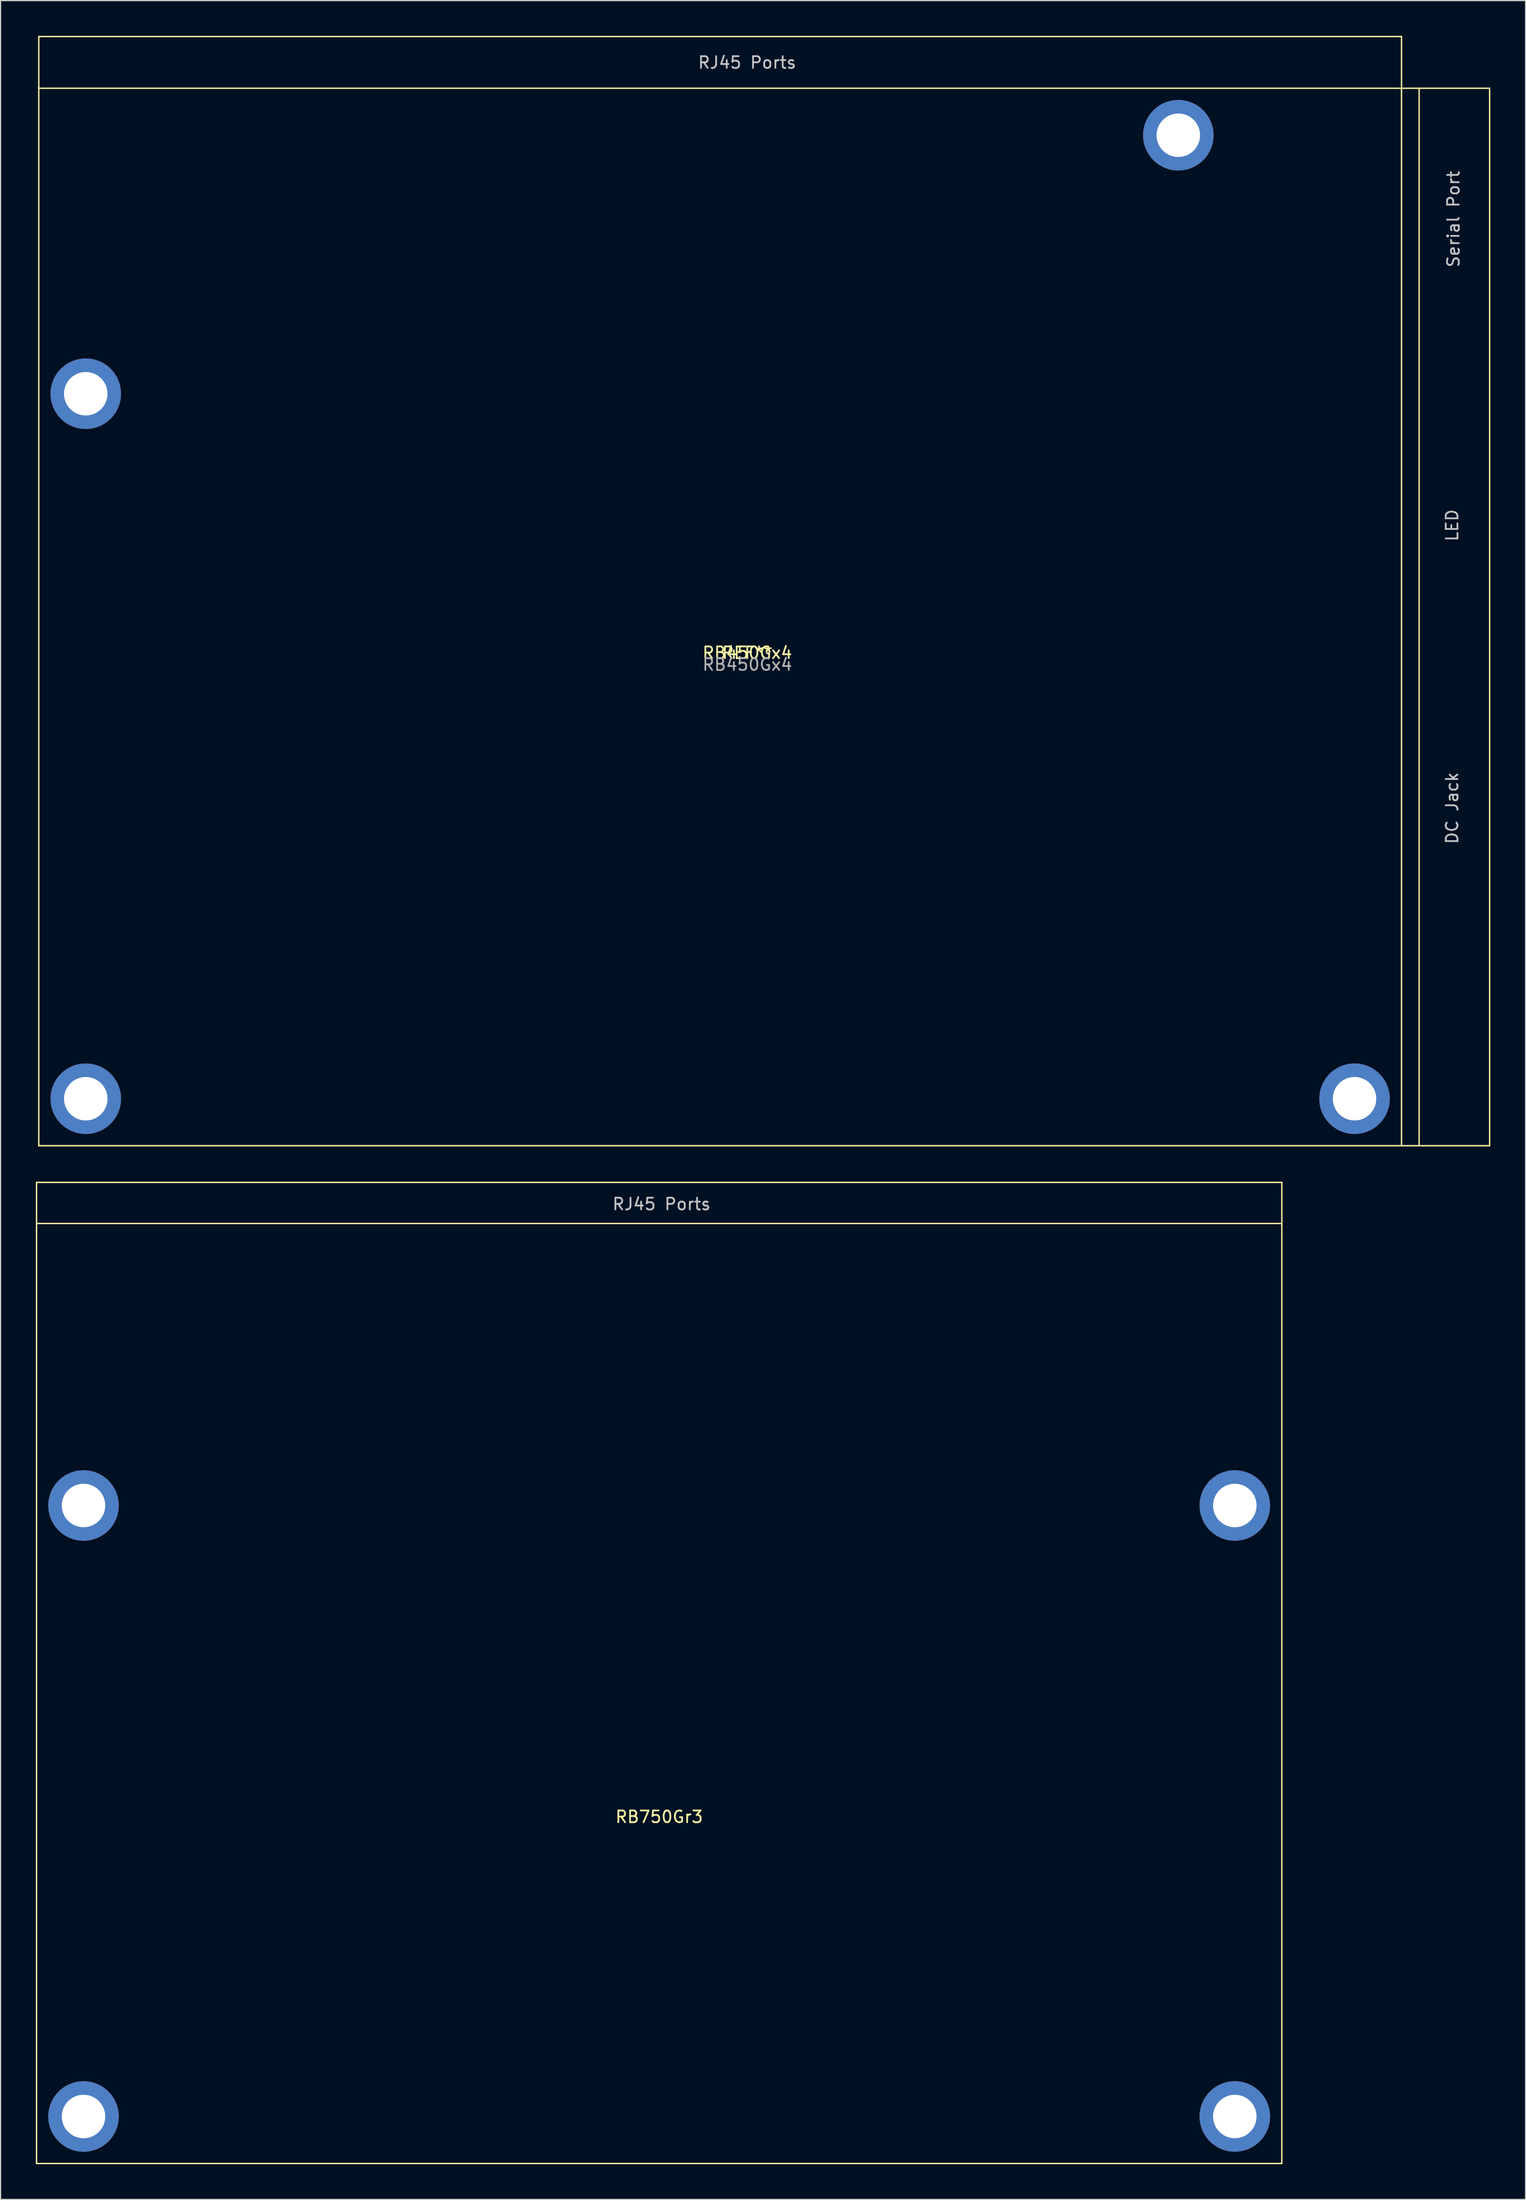
<source format=kicad_pcb>
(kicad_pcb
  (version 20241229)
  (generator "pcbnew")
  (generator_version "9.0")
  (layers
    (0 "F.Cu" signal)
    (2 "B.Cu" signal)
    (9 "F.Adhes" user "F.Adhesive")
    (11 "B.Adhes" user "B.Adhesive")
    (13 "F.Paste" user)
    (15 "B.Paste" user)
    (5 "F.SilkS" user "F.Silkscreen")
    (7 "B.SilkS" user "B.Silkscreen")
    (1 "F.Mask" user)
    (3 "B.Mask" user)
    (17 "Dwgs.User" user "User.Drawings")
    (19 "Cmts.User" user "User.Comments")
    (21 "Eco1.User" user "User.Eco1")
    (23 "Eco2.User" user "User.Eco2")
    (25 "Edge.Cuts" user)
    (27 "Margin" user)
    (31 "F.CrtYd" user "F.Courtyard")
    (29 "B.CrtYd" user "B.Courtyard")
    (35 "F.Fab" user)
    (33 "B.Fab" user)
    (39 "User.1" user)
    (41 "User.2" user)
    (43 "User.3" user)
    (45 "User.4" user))
  (footprint "RB450Gx4"
    (layer "F.Cu")
    (at 0.25 4.46)
    (property "Reference" "RB450Gx4" (at 60.312 48.052 180) (layer "F.SilkS") (effects (font (size 1 1) (thickness 0.15))))
    (attr through_hole)
    (fp_line (start 0 -4.4) (end 116 -4.4) (stroke (width 0.12) (type solid)) (layer "F.SilkS"))
    (fp_line (start 0 0) (end 0 -4.4) (stroke (width 0.12) (type solid)) (layer "F.SilkS"))
    (fp_line (start 0 0) (end 0 90) (stroke (width 0.12) (type solid)) (layer "F.SilkS"))
    (fp_line (start 0 90) (end 116 90) (stroke (width 0.12) (type solid)) (layer "F.SilkS"))
    (fp_line (start 116 -4.4) (end 116 0) (stroke (width 0.12) (type solid)) (layer "F.SilkS"))
    (fp_line (start 116 0) (end 0 0) (stroke (width 0.12) (type solid)) (layer "F.SilkS"))
    (fp_line (start 116 90) (end 116 0) (stroke (width 0.12) (type solid)) (layer "F.SilkS"))
    (fp_line (start 116 90) (end 123.5 90) (stroke (width 0.12) (type solid)) (layer "F.SilkS"))
    (fp_line (start 117.5 90) (end 117.5 0) (stroke (width 0.12) (type solid)) (layer "F.SilkS"))
    (fp_line (start 123.5 0) (end 116 0) (stroke (width 0.12) (type solid)) (layer "F.SilkS"))
    (fp_line (start 123.5 90) (end 123.5 0) (stroke (width 0.12) (type solid)) (layer "F.SilkS"))
    (fp_text user "REF**" (at 60.312 48.052 180) (layer "F.SilkS") (effects (font (size 1 1) (thickness 0.15))))
    (fp_text user "RJ45 Ports" (at 60.299 -2.184 180) (layer "Dwgs.User") (effects (font (size 1 1) (thickness 0.15))))
    (fp_text user "Serial Port" (at 120.421 11.138 270) (layer "Dwgs.User") (effects (font (size 1 1) (thickness 0.15))))
    (fp_text user "DC Jack" (at 120.306 61.265 270) (layer "Dwgs.User") (effects (font (size 1 1) (thickness 0.15))))
    (fp_text user "LED" (at 120.306 37.198 270) (layer "Dwgs.User") (effects (font (size 1 1) (thickness 0.15))))
    (fp_text user "RB450Gx4" (at 60.312 49.052 180) (layer "F.Fab") (effects (font (size 1 1) (thickness 0.15))))
    (pad "1" thru_hole circle (at 4 26 180) (size 6 6) (drill 3.7) (layers "*.Cu" "*.Mask"))
    (pad "2" thru_hole circle (at 97 4 180) (size 6 6) (drill 3.7) (layers "*.Cu" "*.Mask"))
    (pad "3" thru_hole circle (at 4 86 180) (size 6 6) (drill 3.7) (layers "*.Cu" "*.Mask"))
    (pad "4" thru_hole circle (at 112 86 180) (size 6 6) (drill 3.7) (layers "*.Cu" "*.Mask")))
  (footprint "RB750Gr3"
    (layer "F.Cu")
    (at 53.06 151.08)
    (property "Reference" "RB750Gr3" (at 0 0.5 0) (layer "F.SilkS") (effects (font (size 1 1) (thickness 0.15))))
    (attr through_hole)
    (fp_line (start -53 -53.5) (end -53 -50) (stroke (width 0.12) (type solid)) (layer "F.SilkS"))
    (fp_line (start -53 -53.5) (end 53 -53.5) (stroke (width 0.12) (type solid)) (layer "F.SilkS"))
    (fp_line (start -53 -50) (end -53 30) (stroke (width 0.12) (type solid)) (layer "F.SilkS"))
    (fp_line (start -53 30) (end 53 30) (stroke (width 0.12) (type solid)) (layer "F.SilkS"))
    (fp_line (start 53 -53.5) (end 53 -50) (stroke (width 0.12) (type solid)) (layer "F.SilkS"))
    (fp_line (start 53 -50) (end -53 -50) (stroke (width 0.12) (type solid)) (layer "F.SilkS"))
    (fp_line (start 53 30) (end 53 -50) (stroke (width 0.12) (type solid)) (layer "F.SilkS"))
    (fp_text user "RJ45 Ports" (at 0.203 -51.651 0) (layer "Dwgs.User") (effects (font (size 1 1) (thickness 0.15))))
    (pad "1" thru_hole circle (at -49 -26) (size 6 6) (drill 3.7) (layers "*.Cu" "*.Mask"))
    (pad "2" thru_hole circle (at 49 -26) (size 6 6) (drill 3.7) (layers "*.Cu" "*.Mask"))
    (pad "3" thru_hole circle (at -49 26) (size 6 6) (drill 3.7) (layers "*.Cu" "*.Mask"))
    (pad "4" thru_hole circle (at 49 26) (size 6 6) (drill 3.7) (layers "*.Cu" "*.Mask")))
  (gr_rect
    (start -3 -3)
    (end 126.81 184.14)
    (stroke (width 0.1) (type default))
    (fill no)
    (layer "Edge.Cuts")))
</source>
